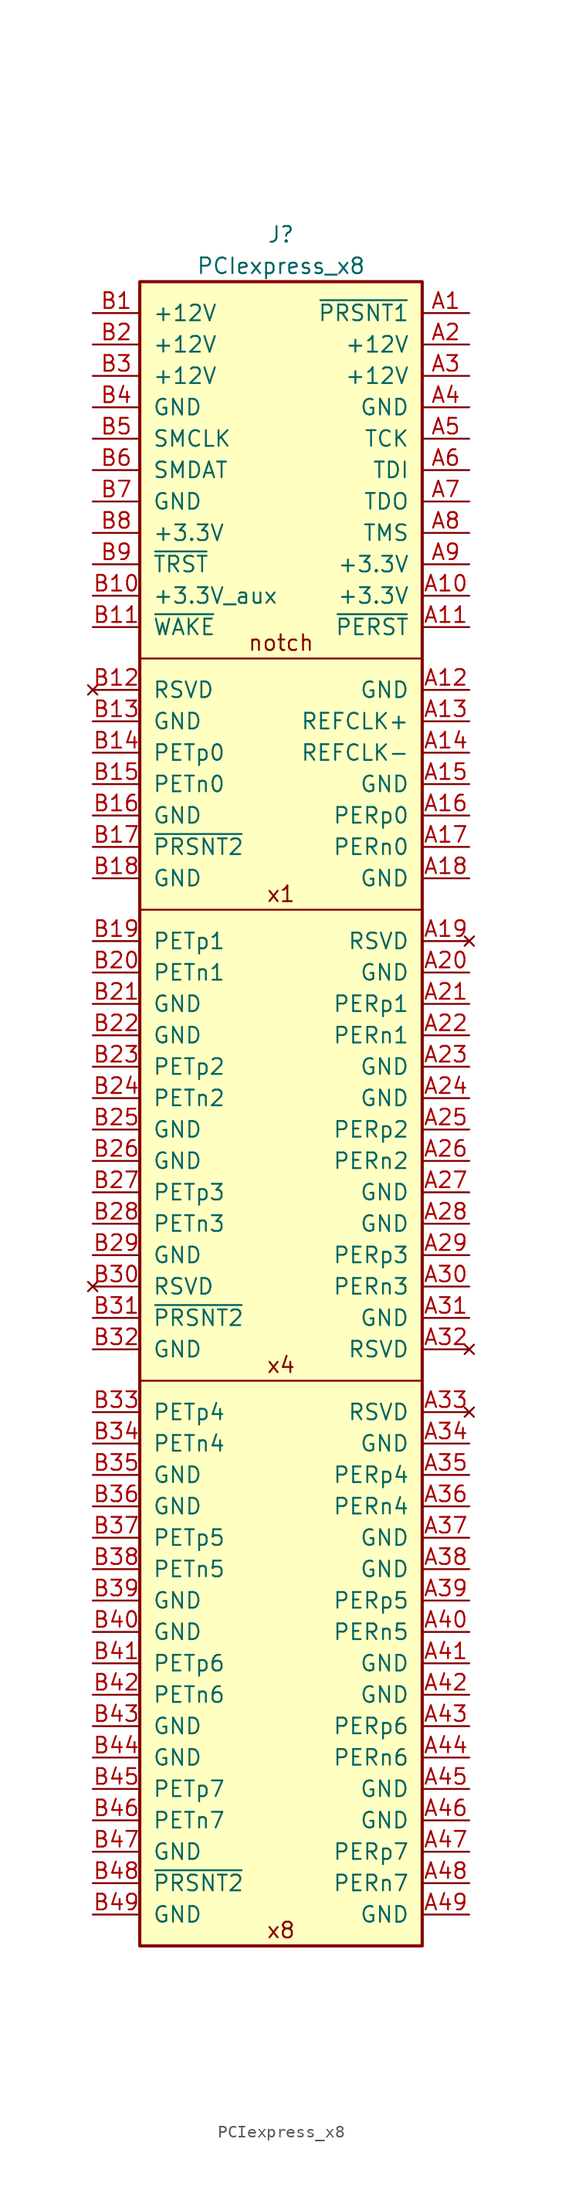
<source format=kicad_sym>
(kicad_symbol_lib
  (version 20231120)
  (generator "kicad_symbol_editor")
  (generator_version "8.0")
  (symbol "PCIexpress_x8"
    (pin_names
      (offset 1.016))
    (property "Reference" "J"
      (at 0 3.81 0)
      (effects (font (size 1.27 1.27))))
    (property "Value" "PCIexpress_x8"
      (at 0 1.27 0)
      (effects (font (size 1.27 1.27))))
    (symbol "PCIexpress_x8_0_0"
      (polyline (pts (xy 11.43 -88.9) (xy -11.43 -88.9)) (stroke (width 0) (type default)) (fill (type none)))
      (text "x4" (at 0 -87.63 0) (effects (font (size 1.27 1.27))))
      (text "x8" (at 0 -133.35 0) (effects (font (size 1.27 1.27)))))
    (symbol "PCIexpress_x8_1_1"
      (polyline (pts (xy 11.43 -50.8) (xy -11.43 -50.8)) (stroke (width 0) (type default)) (fill (type none)))
      (polyline (pts (xy 11.43 -30.48) (xy -11.43 -30.48)) (stroke (width 0) (type default)) (fill (type none)))
      (rectangle (start 11.43 0) (end -11.43 -134.62) (stroke (width 0.254) (type default)) (fill (type background)))
      (text "notch" (at 0 -29.21 0) (effects (font (size 1.27 1.27))))
      (text "x1" (at 0 -49.53 0) (effects (font (size 1.27 1.27))))
      (pin passive line (at 15.24 -2.54 180) (length 3.81) (name "~{PRSNT1}" (effects (font (size 1.27 1.27)))) (number "A1" (effects (font (size 1.27 1.27)))))
      (pin power_out line (at 15.24 -25.4 180) (length 3.81) (name "+3.3V" (effects (font (size 1.27 1.27)))) (number "A10" (effects (font (size 1.27 1.27)))))
      (pin output line (at 15.24 -27.94 180) (length 3.81) (name "~{PERST}" (effects (font (size 1.27 1.27)))) (number "A11" (effects (font (size 1.27 1.27)))))
      (pin power_out line (at 15.24 -33.02 180) (length 3.81) (name "GND" (effects (font (size 1.27 1.27)))) (number "A12" (effects (font (size 1.27 1.27)))))
      (pin output line (at 15.24 -35.56 180) (length 3.81) (name "REFCLK+" (effects (font (size 1.27 1.27)))) (number "A13" (effects (font (size 1.27 1.27)))))
      (pin output line (at 15.24 -38.1 180) (length 3.81) (name "REFCLK-" (effects (font (size 1.27 1.27)))) (number "A14" (effects (font (size 1.27 1.27)))))
      (pin power_out line (at 15.24 -40.64 180) (length 3.81) (name "GND" (effects (font (size 1.27 1.27)))) (number "A15" (effects (font (size 1.27 1.27)))))
      (pin input line (at 15.24 -43.18 180) (length 3.81) (name "PERp0" (effects (font (size 1.27 1.27)))) (number "A16" (effects (font (size 1.27 1.27)))))
      (pin input line (at 15.24 -45.72 180) (length 3.81) (name "PERn0" (effects (font (size 1.27 1.27)))) (number "A17" (effects (font (size 1.27 1.27)))))
      (pin power_out line (at 15.24 -48.26 180) (length 3.81) (name "GND" (effects (font (size 1.27 1.27)))) (number "A18" (effects (font (size 1.27 1.27)))))
      (pin no_connect line (at 15.24 -53.34 180) (length 3.81) (name "RSVD" (effects (font (size 1.27 1.27)))) (number "A19" (effects (font (size 1.27 1.27)))))
      (pin power_out line (at 15.24 -5.08 180) (length 3.81) (name "+12V" (effects (font (size 1.27 1.27)))) (number "A2" (effects (font (size 1.27 1.27)))))
      (pin power_out line (at 15.24 -55.88 180) (length 3.81) (name "GND" (effects (font (size 1.27 1.27)))) (number "A20" (effects (font (size 1.27 1.27)))))
      (pin input line (at 15.24 -58.42 180) (length 3.81) (name "PERp1" (effects (font (size 1.27 1.27)))) (number "A21" (effects (font (size 1.27 1.27)))))
      (pin input line (at 15.24 -60.96 180) (length 3.81) (name "PERn1" (effects (font (size 1.27 1.27)))) (number "A22" (effects (font (size 1.27 1.27)))))
      (pin power_out line (at 15.24 -63.5 180) (length 3.81) (name "GND" (effects (font (size 1.27 1.27)))) (number "A23" (effects (font (size 1.27 1.27)))))
      (pin power_out line (at 15.24 -66.04 180) (length 3.81) (name "GND" (effects (font (size 1.27 1.27)))) (number "A24" (effects (font (size 1.27 1.27)))))
      (pin input line (at 15.24 -68.58 180) (length 3.81) (name "PERp2" (effects (font (size 1.27 1.27)))) (number "A25" (effects (font (size 1.27 1.27)))))
      (pin input line (at 15.24 -71.12 180) (length 3.81) (name "PERn2" (effects (font (size 1.27 1.27)))) (number "A26" (effects (font (size 1.27 1.27)))))
      (pin power_out line (at 15.24 -73.66 180) (length 3.81) (name "GND" (effects (font (size 1.27 1.27)))) (number "A27" (effects (font (size 1.27 1.27)))))
      (pin power_out line (at 15.24 -76.2 180) (length 3.81) (name "GND" (effects (font (size 1.27 1.27)))) (number "A28" (effects (font (size 1.27 1.27)))))
      (pin input line (at 15.24 -78.74 180) (length 3.81) (name "PERp3" (effects (font (size 1.27 1.27)))) (number "A29" (effects (font (size 1.27 1.27)))))
      (pin power_out line (at 15.24 -7.62 180) (length 3.81) (name "+12V" (effects (font (size 1.27 1.27)))) (number "A3" (effects (font (size 1.27 1.27)))))
      (pin input line (at 15.24 -81.28 180) (length 3.81) (name "PERn3" (effects (font (size 1.27 1.27)))) (number "A30" (effects (font (size 1.27 1.27)))))
      (pin power_out line (at 15.24 -83.82 180) (length 3.81) (name "GND" (effects (font (size 1.27 1.27)))) (number "A31" (effects (font (size 1.27 1.27)))))
      (pin no_connect line (at 15.24 -86.36 180) (length 3.81) (name "RSVD" (effects (font (size 1.27 1.27)))) (number "A32" (effects (font (size 1.27 1.27)))))
      (pin no_connect line (at 15.24 -91.44 180) (length 3.81) (name "RSVD" (effects (font (size 1.27 1.27)))) (number "A33" (effects (font (size 1.27 1.27)))))
      (pin power_out line (at 15.24 -93.98 180) (length 3.81) (name "GND" (effects (font (size 1.27 1.27)))) (number "A34" (effects (font (size 1.27 1.27)))))
      (pin input line (at 15.24 -96.52 180) (length 3.81) (name "PERp4" (effects (font (size 1.27 1.27)))) (number "A35" (effects (font (size 1.27 1.27)))))
      (pin input line (at 15.24 -99.06 180) (length 3.81) (name "PERn4" (effects (font (size 1.27 1.27)))) (number "A36" (effects (font (size 1.27 1.27)))))
      (pin power_out line (at 15.24 -101.6 180) (length 3.81) (name "GND" (effects (font (size 1.27 1.27)))) (number "A37" (effects (font (size 1.27 1.27)))))
      (pin power_out line (at 15.24 -104.14 180) (length 3.81) (name "GND" (effects (font (size 1.27 1.27)))) (number "A38" (effects (font (size 1.27 1.27)))))
      (pin input line (at 15.24 -106.68 180) (length 3.81) (name "PERp5" (effects (font (size 1.27 1.27)))) (number "A39" (effects (font (size 1.27 1.27)))))
      (pin power_out line (at 15.24 -10.16 180) (length 3.81) (name "GND" (effects (font (size 1.27 1.27)))) (number "A4" (effects (font (size 1.27 1.27)))))
      (pin input line (at 15.24 -109.22 180) (length 3.81) (name "PERn5" (effects (font (size 1.27 1.27)))) (number "A40" (effects (font (size 1.27 1.27)))))
      (pin power_out line (at 15.24 -111.76 180) (length 3.81) (name "GND" (effects (font (size 1.27 1.27)))) (number "A41" (effects (font (size 1.27 1.27)))))
      (pin power_out line (at 15.24 -114.3 180) (length 3.81) (name "GND" (effects (font (size 1.27 1.27)))) (number "A42" (effects (font (size 1.27 1.27)))))
      (pin input line (at 15.24 -116.84 180) (length 3.81) (name "PERp6" (effects (font (size 1.27 1.27)))) (number "A43" (effects (font (size 1.27 1.27)))))
      (pin input line (at 15.24 -119.38 180) (length 3.81) (name "PERn6" (effects (font (size 1.27 1.27)))) (number "A44" (effects (font (size 1.27 1.27)))))
      (pin power_out line (at 15.24 -121.92 180) (length 3.81) (name "GND" (effects (font (size 1.27 1.27)))) (number "A45" (effects (font (size 1.27 1.27)))))
      (pin power_out line (at 15.24 -124.46 180) (length 3.81) (name "GND" (effects (font (size 1.27 1.27)))) (number "A46" (effects (font (size 1.27 1.27)))))
      (pin input line (at 15.24 -127 180) (length 3.81) (name "PERp7" (effects (font (size 1.27 1.27)))) (number "A47" (effects (font (size 1.27 1.27)))))
      (pin input line (at 15.24 -129.54 180) (length 3.81) (name "PERn7" (effects (font (size 1.27 1.27)))) (number "A48" (effects (font (size 1.27 1.27)))))
      (pin power_out line (at 15.24 -132.08 180) (length 3.81) (name "GND" (effects (font (size 1.27 1.27)))) (number "A49" (effects (font (size 1.27 1.27)))))
      (pin output line (at 15.24 -12.7 180) (length 3.81) (name "TCK" (effects (font (size 1.27 1.27)))) (number "A5" (effects (font (size 1.27 1.27)))))
      (pin output line (at 15.24 -15.24 180) (length 3.81) (name "TDI" (effects (font (size 1.27 1.27)))) (number "A6" (effects (font (size 1.27 1.27)))))
      (pin input line (at 15.24 -17.78 180) (length 3.81) (name "TDO" (effects (font (size 1.27 1.27)))) (number "A7" (effects (font (size 1.27 1.27)))))
      (pin output line (at 15.24 -20.32 180) (length 3.81) (name "TMS" (effects (font (size 1.27 1.27)))) (number "A8" (effects (font (size 1.27 1.27)))))
      (pin power_out line (at 15.24 -22.86 180) (length 3.81) (name "+3.3V" (effects (font (size 1.27 1.27)))) (number "A9" (effects (font (size 1.27 1.27)))))
      (pin power_out line (at -15.24 -2.54 0) (length 3.81) (name "+12V" (effects (font (size 1.27 1.27)))) (number "B1" (effects (font (size 1.27 1.27)))))
      (pin power_out line (at -15.24 -25.4 0) (length 3.81) (name "+3.3V_aux" (effects (font (size 1.27 1.27)))) (number "B10" (effects (font (size 1.27 1.27)))))
      (pin open_collector line (at -15.24 -27.94 0) (length 3.81) (name "~{WAKE}" (effects (font (size 1.27 1.27)))) (number "B11" (effects (font (size 1.27 1.27)))))
      (pin no_connect line (at -15.24 -33.02 0) (length 3.81) (name "RSVD" (effects (font (size 1.27 1.27)))) (number "B12" (effects (font (size 1.27 1.27)))))
      (pin power_out line (at -15.24 -35.56 0) (length 3.81) (name "GND" (effects (font (size 1.27 1.27)))) (number "B13" (effects (font (size 1.27 1.27)))))
      (pin output line (at -15.24 -38.1 0) (length 3.81) (name "PETp0" (effects (font (size 1.27 1.27)))) (number "B14" (effects (font (size 1.27 1.27)))))
      (pin output line (at -15.24 -40.64 0) (length 3.81) (name "PETn0" (effects (font (size 1.27 1.27)))) (number "B15" (effects (font (size 1.27 1.27)))))
      (pin power_out line (at -15.24 -43.18 0) (length 3.81) (name "GND" (effects (font (size 1.27 1.27)))) (number "B16" (effects (font (size 1.27 1.27)))))
      (pin passive line (at -15.24 -45.72 0) (length 3.81) (name "~{PRSNT2}" (effects (font (size 1.27 1.27)))) (number "B17" (effects (font (size 1.27 1.27)))))
      (pin power_out line (at -15.24 -48.26 0) (length 3.81) (name "GND" (effects (font (size 1.27 1.27)))) (number "B18" (effects (font (size 1.27 1.27)))))
      (pin output line (at -15.24 -53.34 0) (length 3.81) (name "PETp1" (effects (font (size 1.27 1.27)))) (number "B19" (effects (font (size 1.27 1.27)))))
      (pin power_out line (at -15.24 -5.08 0) (length 3.81) (name "+12V" (effects (font (size 1.27 1.27)))) (number "B2" (effects (font (size 1.27 1.27)))))
      (pin output line (at -15.24 -55.88 0) (length 3.81) (name "PETn1" (effects (font (size 1.27 1.27)))) (number "B20" (effects (font (size 1.27 1.27)))))
      (pin power_out line (at -15.24 -58.42 0) (length 3.81) (name "GND" (effects (font (size 1.27 1.27)))) (number "B21" (effects (font (size 1.27 1.27)))))
      (pin power_out line (at -15.24 -60.96 0) (length 3.81) (name "GND" (effects (font (size 1.27 1.27)))) (number "B22" (effects (font (size 1.27 1.27)))))
      (pin output line (at -15.24 -63.5 0) (length 3.81) (name "PETp2" (effects (font (size 1.27 1.27)))) (number "B23" (effects (font (size 1.27 1.27)))))
      (pin output line (at -15.24 -66.04 0) (length 3.81) (name "PETn2" (effects (font (size 1.27 1.27)))) (number "B24" (effects (font (size 1.27 1.27)))))
      (pin power_out line (at -15.24 -68.58 0) (length 3.81) (name "GND" (effects (font (size 1.27 1.27)))) (number "B25" (effects (font (size 1.27 1.27)))))
      (pin power_out line (at -15.24 -71.12 0) (length 3.81) (name "GND" (effects (font (size 1.27 1.27)))) (number "B26" (effects (font (size 1.27 1.27)))))
      (pin output line (at -15.24 -73.66 0) (length 3.81) (name "PETp3" (effects (font (size 1.27 1.27)))) (number "B27" (effects (font (size 1.27 1.27)))))
      (pin output line (at -15.24 -76.2 0) (length 3.81) (name "PETn3" (effects (font (size 1.27 1.27)))) (number "B28" (effects (font (size 1.27 1.27)))))
      (pin power_out line (at -15.24 -78.74 0) (length 3.81) (name "GND" (effects (font (size 1.27 1.27)))) (number "B29" (effects (font (size 1.27 1.27)))))
      (pin power_out line (at -15.24 -7.62 0) (length 3.81) (name "+12V" (effects (font (size 1.27 1.27)))) (number "B3" (effects (font (size 1.27 1.27)))))
      (pin no_connect line (at -15.24 -81.28 0) (length 3.81) (name "RSVD" (effects (font (size 1.27 1.27)))) (number "B30" (effects (font (size 1.27 1.27)))))
      (pin passive line (at -15.24 -83.82 0) (length 3.81) (name "~{PRSNT2}" (effects (font (size 1.27 1.27)))) (number "B31" (effects (font (size 1.27 1.27)))))
      (pin power_out line (at -15.24 -86.36 0) (length 3.81) (name "GND" (effects (font (size 1.27 1.27)))) (number "B32" (effects (font (size 1.27 1.27)))))
      (pin output line (at -15.24 -91.44 0) (length 3.81) (name "PETp4" (effects (font (size 1.27 1.27)))) (number "B33" (effects (font (size 1.27 1.27)))))
      (pin output line (at -15.24 -93.98 0) (length 3.81) (name "PETn4" (effects (font (size 1.27 1.27)))) (number "B34" (effects (font (size 1.27 1.27)))))
      (pin power_out line (at -15.24 -96.52 0) (length 3.81) (name "GND" (effects (font (size 1.27 1.27)))) (number "B35" (effects (font (size 1.27 1.27)))))
      (pin power_out line (at -15.24 -99.06 0) (length 3.81) (name "GND" (effects (font (size 1.27 1.27)))) (number "B36" (effects (font (size 1.27 1.27)))))
      (pin output line (at -15.24 -101.6 0) (length 3.81) (name "PETp5" (effects (font (size 1.27 1.27)))) (number "B37" (effects (font (size 1.27 1.27)))))
      (pin output line (at -15.24 -104.14 0) (length 3.81) (name "PETn5" (effects (font (size 1.27 1.27)))) (number "B38" (effects (font (size 1.27 1.27)))))
      (pin power_out line (at -15.24 -106.68 0) (length 3.81) (name "GND" (effects (font (size 1.27 1.27)))) (number "B39" (effects (font (size 1.27 1.27)))))
      (pin power_out line (at -15.24 -10.16 0) (length 3.81) (name "GND" (effects (font (size 1.27 1.27)))) (number "B4" (effects (font (size 1.27 1.27)))))
      (pin power_out line (at -15.24 -109.22 0) (length 3.81) (name "GND" (effects (font (size 1.27 1.27)))) (number "B40" (effects (font (size 1.27 1.27)))))
      (pin output line (at -15.24 -111.76 0) (length 3.81) (name "PETp6" (effects (font (size 1.27 1.27)))) (number "B41" (effects (font (size 1.27 1.27)))))
      (pin output line (at -15.24 -114.3 0) (length 3.81) (name "PETn6" (effects (font (size 1.27 1.27)))) (number "B42" (effects (font (size 1.27 1.27)))))
      (pin power_out line (at -15.24 -116.84 0) (length 3.81) (name "GND" (effects (font (size 1.27 1.27)))) (number "B43" (effects (font (size 1.27 1.27)))))
      (pin power_out line (at -15.24 -119.38 0) (length 3.81) (name "GND" (effects (font (size 1.27 1.27)))) (number "B44" (effects (font (size 1.27 1.27)))))
      (pin output line (at -15.24 -121.92 0) (length 3.81) (name "PETp7" (effects (font (size 1.27 1.27)))) (number "B45" (effects (font (size 1.27 1.27)))))
      (pin output line (at -15.24 -124.46 0) (length 3.81) (name "PETn7" (effects (font (size 1.27 1.27)))) (number "B46" (effects (font (size 1.27 1.27)))))
      (pin power_out line (at -15.24 -127 0) (length 3.81) (name "GND" (effects (font (size 1.27 1.27)))) (number "B47" (effects (font (size 1.27 1.27)))))
      (pin passive line (at -15.24 -129.54 0) (length 3.81) (name "~{PRSNT2}" (effects (font (size 1.27 1.27)))) (number "B48" (effects (font (size 1.27 1.27)))))
      (pin power_out line (at -15.24 -132.08 0) (length 3.81) (name "GND" (effects (font (size 1.27 1.27)))) (number "B49" (effects (font (size 1.27 1.27)))))
      (pin open_collector line (at -15.24 -12.7 0) (length 3.81) (name "SMCLK" (effects (font (size 1.27 1.27)))) (number "B5" (effects (font (size 1.27 1.27)))))
      (pin open_collector line (at -15.24 -15.24 0) (length 3.81) (name "SMDAT" (effects (font (size 1.27 1.27)))) (number "B6" (effects (font (size 1.27 1.27)))))
      (pin power_out line (at -15.24 -17.78 0) (length 3.81) (name "GND" (effects (font (size 1.27 1.27)))) (number "B7" (effects (font (size 1.27 1.27)))))
      (pin power_out line (at -15.24 -20.32 0) (length 3.81) (name "+3.3V" (effects (font (size 1.27 1.27)))) (number "B8" (effects (font (size 1.27 1.27)))))
      (pin output line (at -15.24 -22.86 0) (length 3.81) (name "~{TRST}" (effects (font (size 1.27 1.27)))) (number "B9" (effects (font (size 1.27 1.27))))))))
</source>
